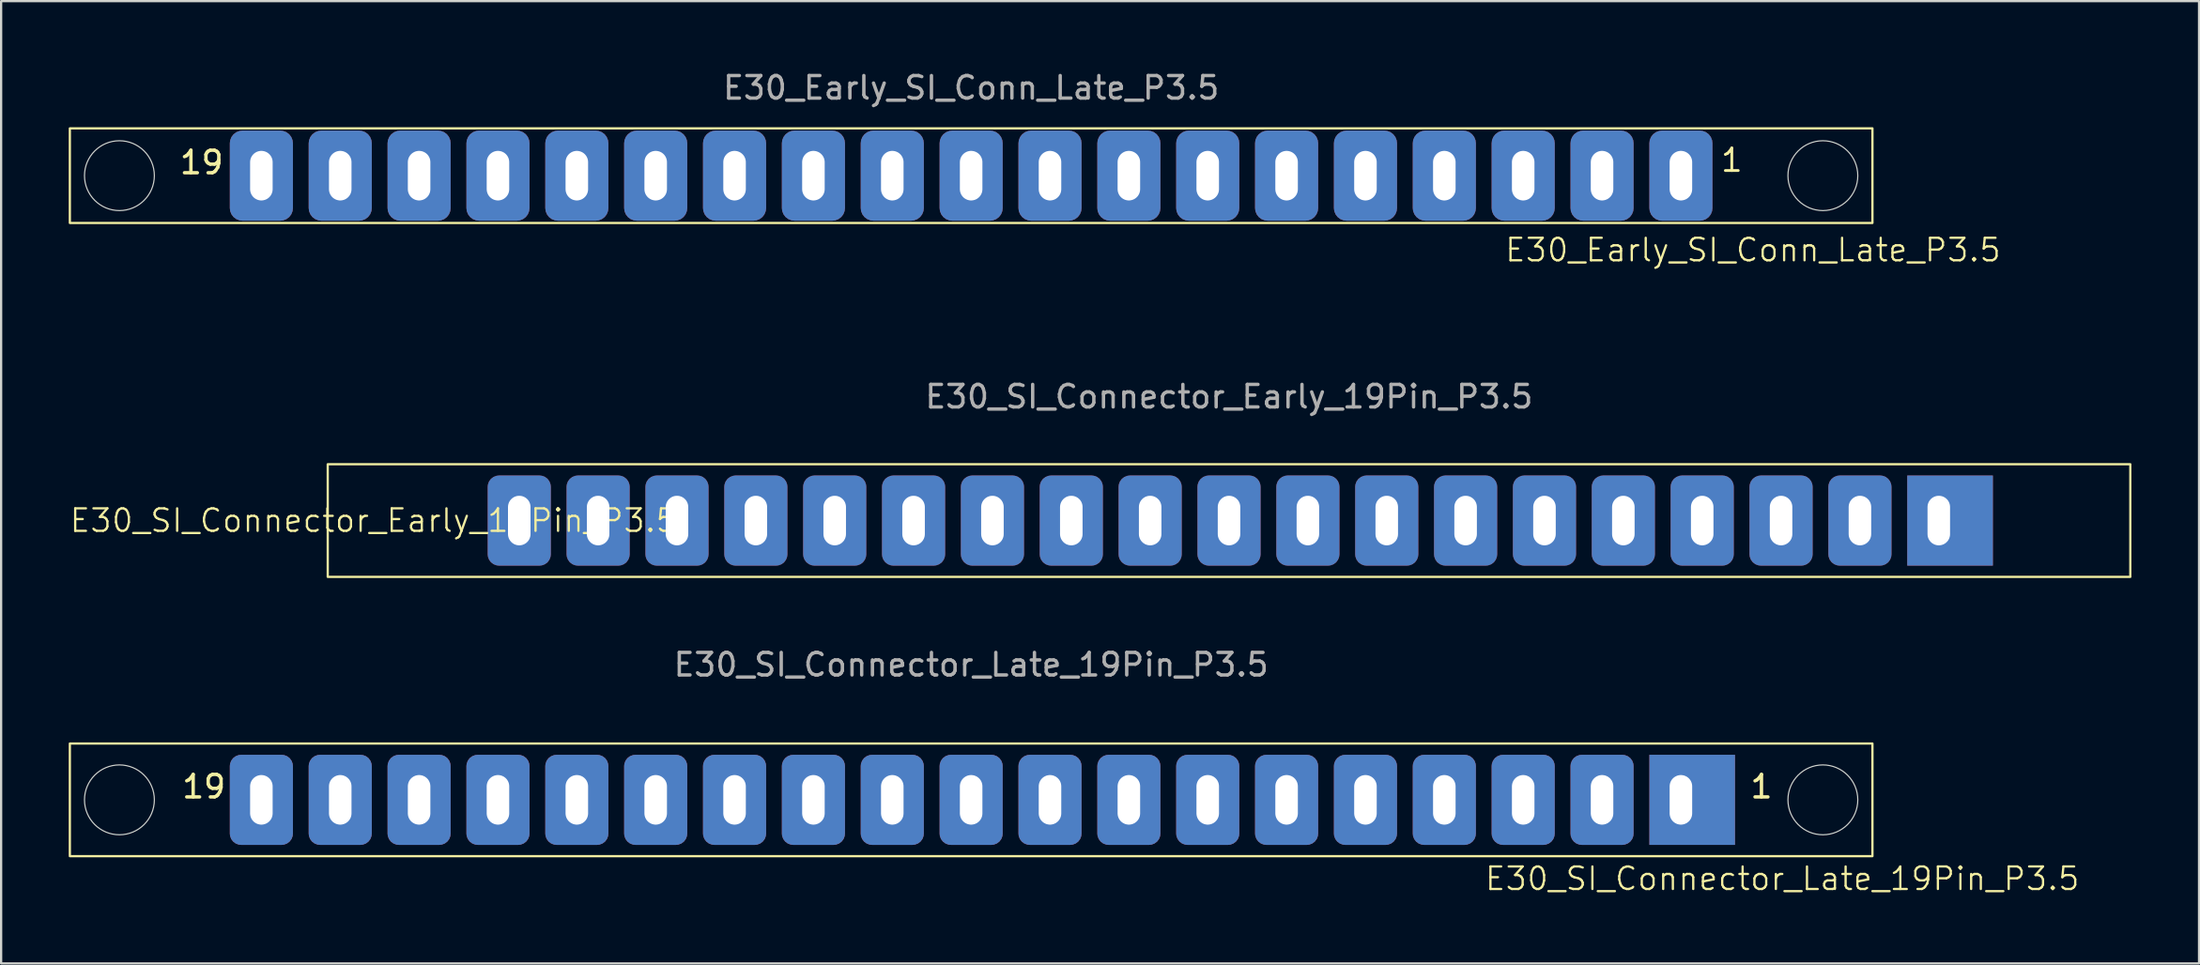
<source format=kicad_pcb>
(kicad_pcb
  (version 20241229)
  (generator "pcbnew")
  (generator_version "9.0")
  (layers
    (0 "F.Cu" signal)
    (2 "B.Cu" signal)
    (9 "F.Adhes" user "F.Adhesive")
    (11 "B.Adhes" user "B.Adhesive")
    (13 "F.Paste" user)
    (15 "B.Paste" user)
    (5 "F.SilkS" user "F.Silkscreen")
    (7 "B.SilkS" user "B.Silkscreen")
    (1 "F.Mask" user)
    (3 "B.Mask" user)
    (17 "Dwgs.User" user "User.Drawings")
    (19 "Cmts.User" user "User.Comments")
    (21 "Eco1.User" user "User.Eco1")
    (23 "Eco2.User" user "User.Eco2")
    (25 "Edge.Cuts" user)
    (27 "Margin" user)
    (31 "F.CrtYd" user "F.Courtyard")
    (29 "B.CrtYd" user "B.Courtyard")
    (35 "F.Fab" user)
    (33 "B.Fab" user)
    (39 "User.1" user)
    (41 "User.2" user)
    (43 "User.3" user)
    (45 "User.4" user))
  (footprint "E30_SI_Connector_Late_19Pin_P3.5"
    (layer "F.Cu")
    (at 40.05 32.457)
    (property "Reference" "E30_SI_Connector_Late_19Pin_P3.5" (at 36 3.5 0) (unlocked yes) (layer "F.SilkS") (effects (font (size 1 1) (thickness 0.1))))
    (attr through_hole)
    (fp_rect (start -40 -2.5) (end 40 2.5) (stroke (width 0.1) (type default)) (fill no) (layer "F.SilkS"))
    (fp_circle (center -37.8 0) (end -36.25 0) (stroke (width 0.05) (type solid)) (fill no) (layer "Edge.Cuts"))
    (fp_circle (center 37.8 0) (end 39.35 0) (stroke (width 0.05) (type solid)) (fill no) (layer "Edge.Cuts"))
    (fp_text user "1" (at 34.5 0 0) (unlocked yes) (layer "F.SilkS") (effects (font (size 1 1) (thickness 0.15)) (justify left bottom)))
    (fp_text user "19" (at -33 0 0) (unlocked yes) (layer "F.SilkS") (effects (font (size 1 1) (thickness 0.15)) (justify right bottom)))
    (fp_text user "${REFERENCE}" (at 0 -6 0) (unlocked yes) (layer "F.Fab") (effects (font (size 1 1) (thickness 0.15))))
    (pad "1" thru_hole rect (at 31.5 0) (size 3.8 4) (drill oval 1 2.2 (offset 0.5 0)) (layers "*.Cu" "*.Mask"))
    (pad "2" thru_hole roundrect (at 28 0) (size 2.8 4) (drill oval 1 2.2) (layers "*.Cu" "*.Mask") (roundrect_rratio 0.179))
    (pad "3" thru_hole roundrect (at 24.5 0) (size 2.8 4) (drill oval 1 2.2) (layers "*.Cu" "*.Mask") (roundrect_rratio 0.179))
    (pad "4" thru_hole roundrect (at 21 0) (size 2.8 4) (drill oval 1 2.2) (layers "*.Cu" "*.Mask") (roundrect_rratio 0.179))
    (pad "5" thru_hole roundrect (at 17.5 0) (size 2.8 4) (drill oval 1 2.2) (layers "*.Cu" "*.Mask") (roundrect_rratio 0.179))
    (pad "6" thru_hole roundrect (at 14 0) (size 2.8 4) (drill oval 1 2.2) (layers "*.Cu" "*.Mask") (roundrect_rratio 0.179))
    (pad "7" thru_hole roundrect (at 10.5 0) (size 2.8 4) (drill oval 1 2.2) (layers "*.Cu" "*.Mask") (roundrect_rratio 0.179))
    (pad "8" thru_hole roundrect (at 7 0) (size 2.8 4) (drill oval 1 2.2) (layers "*.Cu" "*.Mask") (roundrect_rratio 0.179))
    (pad "9" thru_hole roundrect (at 3.5 0) (size 2.8 4) (drill oval 1 2.2) (layers "*.Cu" "*.Mask") (roundrect_rratio 0.179))
    (pad "10" thru_hole roundrect (at 0 0) (size 2.8 4) (drill oval 1 2.2) (layers "*.Cu" "*.Mask") (roundrect_rratio 0.179))
    (pad "11" thru_hole roundrect (at -3.5 0) (size 2.8 4) (drill oval 1 2.2) (layers "*.Cu" "*.Mask") (roundrect_rratio 0.179))
    (pad "12" thru_hole roundrect (at -7 0) (size 2.8 4) (drill oval 1 2.2) (layers "*.Cu" "*.Mask") (roundrect_rratio 0.179))
    (pad "13" thru_hole roundrect (at -10.5 0) (size 2.8 4) (drill oval 1 2.2) (layers "*.Cu" "*.Mask") (roundrect_rratio 0.179))
    (pad "14" thru_hole roundrect (at -14 0) (size 2.8 4) (drill oval 1 2.2) (layers "*.Cu" "*.Mask") (roundrect_rratio 0.179))
    (pad "15" thru_hole roundrect (at -17.5 0) (size 2.8 4) (drill oval 1 2.2) (layers "*.Cu" "*.Mask") (roundrect_rratio 0.179))
    (pad "16" thru_hole roundrect (at -21 0) (size 2.8 4) (drill oval 1 2.2) (layers "*.Cu" "*.Mask") (roundrect_rratio 0.179))
    (pad "17" thru_hole roundrect (at -24.5 0) (size 2.8 4) (drill oval 1 2.2) (layers "*.Cu" "*.Mask") (roundrect_rratio 0.179))
    (pad "18" thru_hole roundrect (at -28 0) (size 2.8 4) (drill oval 1 2.2) (layers "*.Cu" "*.Mask") (roundrect_rratio 0.179))
    (pad "19" thru_hole roundrect (at -31.5 0) (size 2.8 4) (drill oval 1 2.2) (layers "*.Cu" "*.Mask") (roundrect_rratio 0.179)))
  (footprint "E30_SI_Connector_Early_19Pin_P3.5"
    (layer "F.Cu")
    (at 51.495 12.059)
    (property "Reference" "E30_SI_Connector_Early_19Pin_P3.5" (at -37.969 7.999 0) (unlocked yes) (layer "F.SilkS") (effects (font (size 1 1) (thickness 0.1))))
    (attr through_hole)
    (fp_rect (start -40 5.5) (end 40 10.5) (stroke (width 0.1) (type default)) (fill no) (layer "F.SilkS"))
    (fp_text user "${REFERENCE}" (at 0 2.5 0) (unlocked yes) (layer "F.Fab") (effects (font (size 1 1) (thickness 0.15))))
    (pad "1" thru_hole rect (at 31.5 8) (size 3.8 4) (drill oval 1 2.2 (offset 0.5 0)) (layers "*.Cu" "*.Mask"))
    (pad "2" thru_hole roundrect (at 28 8) (size 2.8 4) (drill oval 1 2.2) (layers "*.Cu" "*.Mask") (roundrect_rratio 0.179))
    (pad "3" thru_hole roundrect (at 24.5 8) (size 2.8 4) (drill oval 1 2.2) (layers "*.Cu" "*.Mask") (roundrect_rratio 0.179))
    (pad "4" thru_hole roundrect (at 21 8) (size 2.8 4) (drill oval 1 2.2) (layers "*.Cu" "*.Mask") (roundrect_rratio 0.179))
    (pad "5" thru_hole roundrect (at 17.5 8) (size 2.8 4) (drill oval 1 2.2) (layers "*.Cu" "*.Mask") (roundrect_rratio 0.179))
    (pad "6" thru_hole roundrect (at 14 8) (size 2.8 4) (drill oval 1 2.2) (layers "*.Cu" "*.Mask") (roundrect_rratio 0.179))
    (pad "7" thru_hole roundrect (at 10.5 8) (size 2.8 4) (drill oval 1 2.2) (layers "*.Cu" "*.Mask") (roundrect_rratio 0.179))
    (pad "8" thru_hole roundrect (at 7 8) (size 2.8 4) (drill oval 1 2.2) (layers "*.Cu" "*.Mask") (roundrect_rratio 0.179))
    (pad "9" thru_hole roundrect (at 3.5 8) (size 2.8 4) (drill oval 1 2.2) (layers "*.Cu" "*.Mask") (roundrect_rratio 0.179))
    (pad "10" thru_hole roundrect (at 0 8) (size 2.8 4) (drill oval 1 2.2) (layers "*.Cu" "*.Mask") (roundrect_rratio 0.179))
    (pad "11" thru_hole roundrect (at -3.5 8) (size 2.8 4) (drill oval 1 2.2) (layers "*.Cu" "*.Mask") (roundrect_rratio 0.179))
    (pad "12" thru_hole roundrect (at -7 8) (size 2.8 4) (drill oval 1 2.2) (layers "*.Cu" "*.Mask") (roundrect_rratio 0.179))
    (pad "13" thru_hole roundrect (at -10.5 8) (size 2.8 4) (drill oval 1 2.2) (layers "*.Cu" "*.Mask") (roundrect_rratio 0.179))
    (pad "14" thru_hole roundrect (at -14 8) (size 2.8 4) (drill oval 1 2.2) (layers "*.Cu" "*.Mask") (roundrect_rratio 0.179))
    (pad "15" thru_hole roundrect (at -17.5 8) (size 2.8 4) (drill oval 1 2.2) (layers "*.Cu" "*.Mask") (roundrect_rratio 0.179))
    (pad "16" thru_hole roundrect (at -21 8) (size 2.8 4) (drill oval 1 2.2) (layers "*.Cu" "*.Mask") (roundrect_rratio 0.179))
    (pad "17" thru_hole roundrect (at -24.5 8) (size 2.8 4) (drill oval 1 2.2) (layers "*.Cu" "*.Mask") (roundrect_rratio 0.179))
    (pad "18" thru_hole roundrect (at -28 8) (size 2.8 4) (drill oval 1 2.2) (layers "*.Cu" "*.Mask") (roundrect_rratio 0.179))
    (pad "19" thru_hole roundrect (at -31.5 8) (size 2.8 4) (drill oval 1 2.2) (layers "*.Cu" "*.Mask") (roundrect_rratio 0.179)))
  (footprint "E30_Early_SI_Conn_Late_P3.5"
    (layer "F.Cu")
    (at 40.05 4.748)
    (property "Reference" "E30_Early_SI_Conn_Late_P3.5" (at 34.7 3.3 0) (unlocked yes) (layer "F.SilkS") (effects (font (size 1 1) (thickness 0.1))))
    (attr through_hole)
    (fp_rect (start -40 -2.1) (end 40 2.1) (stroke (width 0.1) (type solid)) (fill no) (layer "F.SilkS"))
    (fp_circle (center -37.8 0) (end -36.25 0) (stroke (width 0.05) (type solid)) (fill no) (layer "Edge.Cuts"))
    (fp_circle (center 37.8 0) (end 39.35 0) (stroke (width 0.05) (type solid)) (fill no) (layer "Edge.Cuts"))
    (fp_text user "19" (at -33.1 0 0) (unlocked yes) (layer "F.SilkS") (effects (font (size 1 1) (thickness 0.15)) (justify right bottom)))
    (fp_text user "1" (at 33.2 -0.1 0) (unlocked yes) (layer "F.SilkS") (effects (font (size 1 1) (thickness 0.125)) (justify left bottom)))
    (fp_text user "${REFERENCE}" (at 0 -3.9 0) (unlocked yes) (layer "F.Fab") (effects (font (size 1 1) (thickness 0.15))))
    (pad "1" thru_hole roundrect (at 31.5 0) (size 2.8 4) (drill oval 1 2.2) (layers "*.Cu" "*.Mask") (roundrect_rratio 0.2))
    (pad "2" thru_hole roundrect (at 28 0) (size 2.8 4) (drill oval 1 2.2) (layers "*.Cu" "*.Mask") (roundrect_rratio 0.2))
    (pad "3" thru_hole roundrect (at 24.5 0) (size 2.8 4) (drill oval 1 2.2) (layers "*.Cu" "*.Mask") (roundrect_rratio 0.2))
    (pad "4" thru_hole roundrect (at 21 0) (size 2.8 4) (drill oval 1 2.2) (layers "*.Cu" "*.Mask") (roundrect_rratio 0.2))
    (pad "5" thru_hole roundrect (at 17.5 0) (size 2.8 4) (drill oval 1 2.2) (layers "*.Cu" "*.Mask") (roundrect_rratio 0.2))
    (pad "6" thru_hole roundrect (at 14 0) (size 2.8 4) (drill oval 1 2.2) (layers "*.Cu" "*.Mask") (roundrect_rratio 0.2))
    (pad "7" thru_hole roundrect (at 10.5 0) (size 2.8 4) (drill oval 1 2.2) (layers "*.Cu" "*.Mask") (roundrect_rratio 0.2))
    (pad "8" thru_hole roundrect (at 7 0) (size 2.8 4) (drill oval 1 2.2) (layers "*.Cu" "*.Mask") (roundrect_rratio 0.2))
    (pad "9" thru_hole roundrect (at 3.5 0) (size 2.8 4) (drill oval 1 2.2) (layers "*.Cu" "*.Mask") (roundrect_rratio 0.2))
    (pad "10" thru_hole roundrect (at 0 0) (size 2.8 4) (drill oval 1 2.2) (layers "*.Cu" "*.Mask") (roundrect_rratio 0.2))
    (pad "11" thru_hole roundrect (at -3.5 0) (size 2.8 4) (drill oval 1 2.2) (layers "*.Cu" "*.Mask") (roundrect_rratio 0.2))
    (pad "12" thru_hole roundrect (at -7 0) (size 2.8 4) (drill oval 1 2.2) (layers "*.Cu" "*.Mask") (roundrect_rratio 0.2))
    (pad "13" thru_hole roundrect (at -10.5 0) (size 2.8 4) (drill oval 1 2.2) (layers "*.Cu" "*.Mask") (roundrect_rratio 0.2))
    (pad "14" thru_hole roundrect (at -14 0) (size 2.8 4) (drill oval 1 2.2) (layers "*.Cu" "*.Mask") (roundrect_rratio 0.2))
    (pad "15" thru_hole roundrect (at -17.5 0) (size 2.8 4) (drill oval 1 2.2) (layers "*.Cu" "*.Mask") (roundrect_rratio 0.2))
    (pad "16" thru_hole roundrect (at -21 0) (size 2.8 4) (drill oval 1 2.2) (layers "*.Cu" "*.Mask") (roundrect_rratio 0.2))
    (pad "17" thru_hole roundrect (at -24.5 0) (size 2.8 4) (drill oval 1 2.2) (layers "*.Cu" "*.Mask") (roundrect_rratio 0.2))
    (pad "18" thru_hole roundrect (at -28 0) (size 2.8 4) (drill oval 1 2.2) (layers "*.Cu" "*.Mask") (roundrect_rratio 0.2))
    (pad "19" thru_hole roundrect (at -31.5 0) (size 2.8 4) (drill oval 1 2.2) (layers "*.Cu" "*.Mask") (roundrect_rratio 0.2)))
  (gr_rect
    (start -3 -3)
    (end 94.545 39.718)
    (stroke (width 0.1) (type default))
    (fill no)
    (layer "Edge.Cuts")))
</source>
